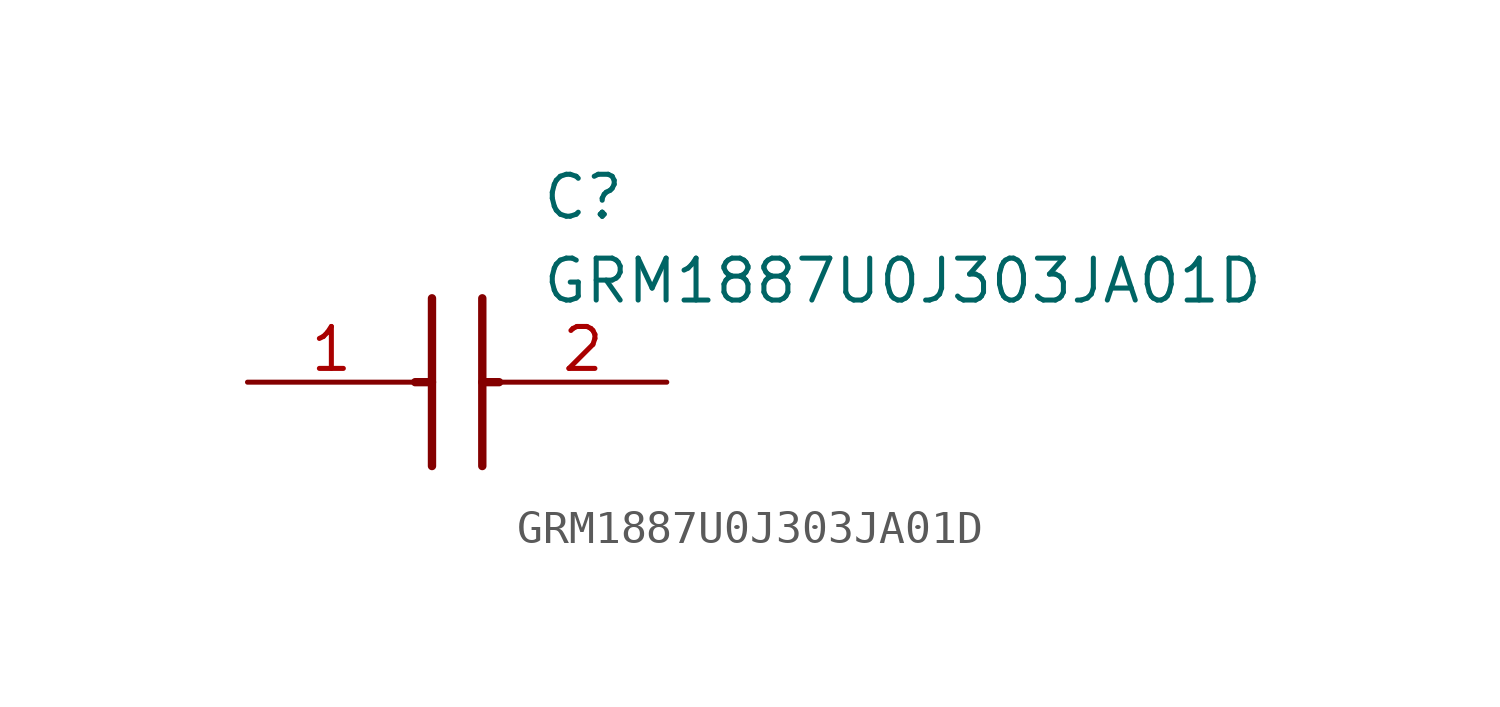
<source format=kicad_sym>
(kicad_symbol_lib
  (version 20211014)
  (generator SamacSys_ECAD_Model)
  (symbol "GRM1887U0J303JA01D"
    (pin_names hide)
    (property "Reference" "C"
      (at 8.89 6.35 0)
      (effects (font (size 1.27 1.27)) (justify left top)))
    (property "Value" "GRM1887U0J303JA01D"
      (at 8.89 3.81 0)
      (effects (font (size 1.27 1.27)) (justify left top)))
    (polyline
      (pts (xy 5.588 2.54) (xy 5.588 -2.54))
      (stroke (width 0.254) (type default))
      (fill (type none)))
    (polyline
      (pts (xy 7.112 2.54) (xy 7.112 -2.54))
      (stroke (width 0.254) (type default))
      (fill (type none)))
    (polyline
      (pts (xy 5.08 0) (xy 5.588 0))
      (stroke (width 0.254) (type default))
      (fill (type none)))
    (polyline
      (pts (xy 7.112 0) (xy 7.62 0))
      (stroke (width 0.254) (type default))
      (fill (type none)))
    (pin passive line
      (at 0 0 0)
      (length 5.08)
      (name "1" (effects (font (size 1.27 1.27))))
      (number "1" (effects (font (size 1.27 1.27)))))
    (pin passive line
      (at 12.7 0 180)
      (length 5.08)
      (name "2" (effects (font (size 1.27 1.27))))
      (number "2" (effects (font (size 1.27 1.27)))))))
</source>
